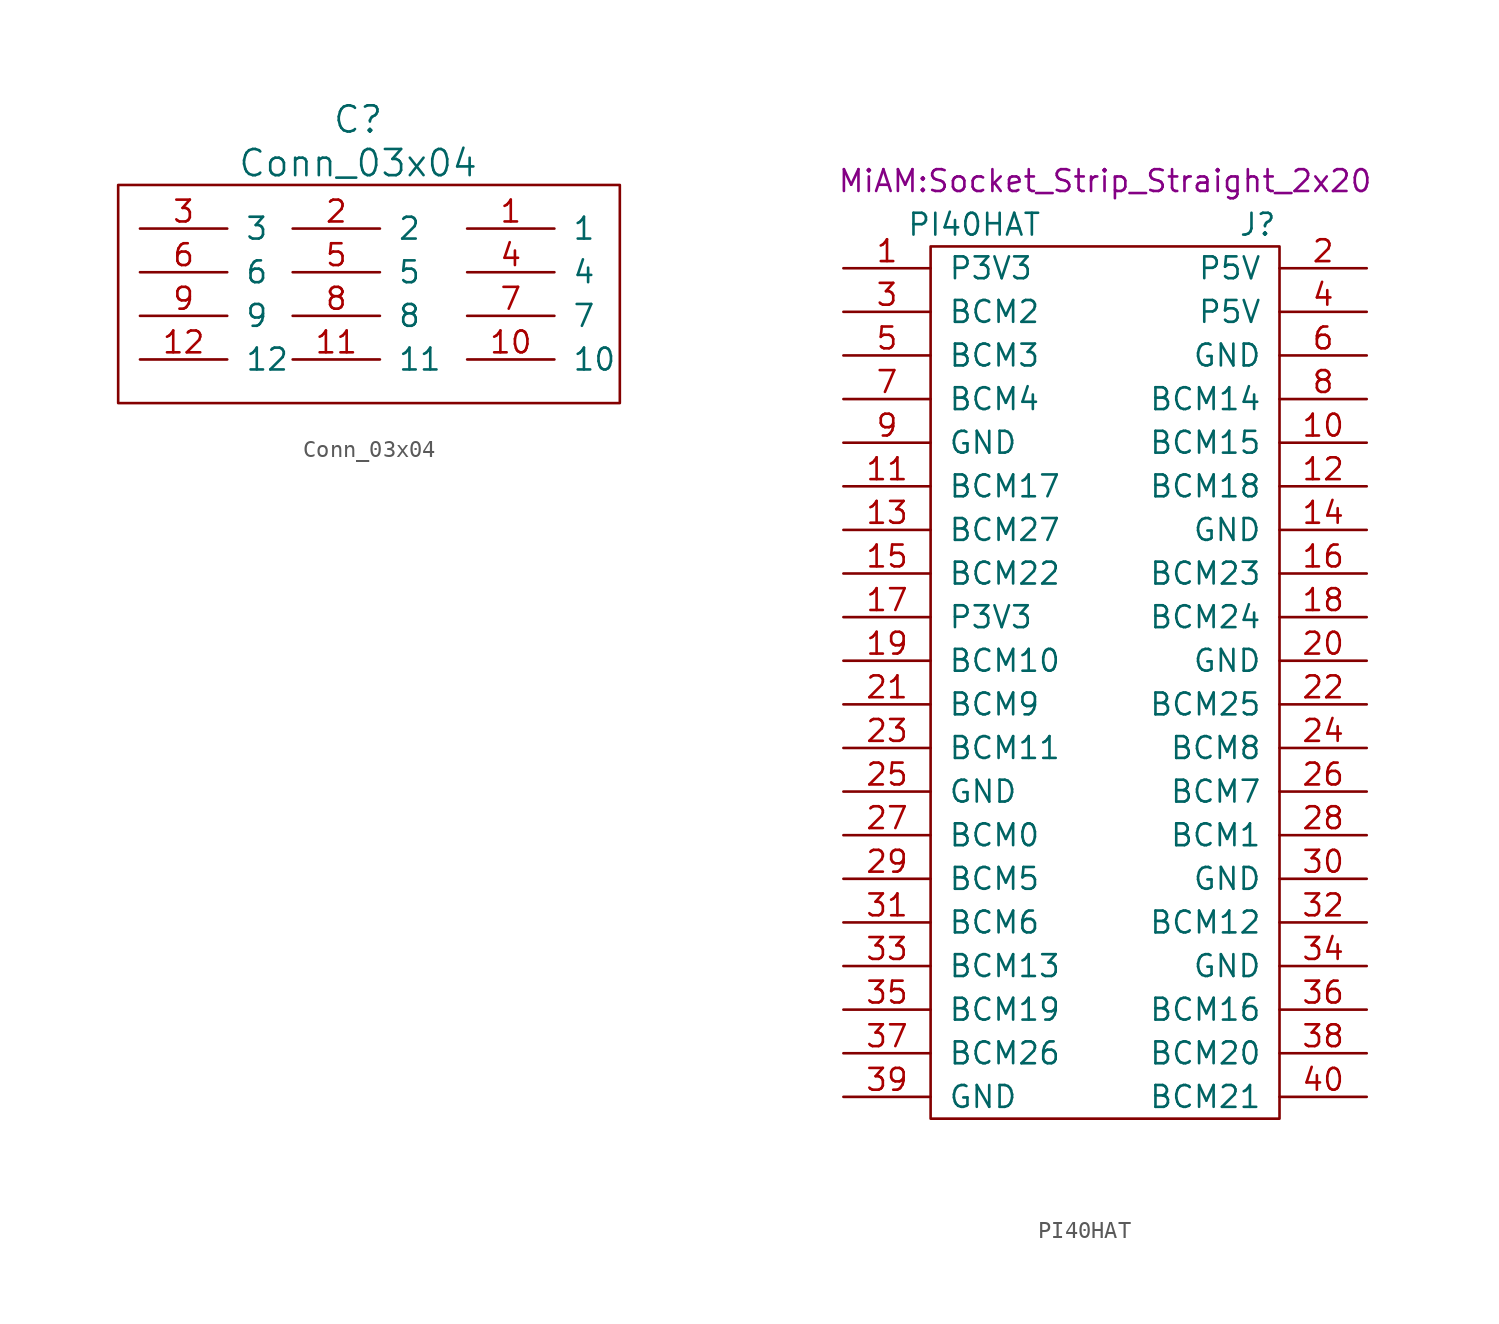
<source format=kicad_sym>
(kicad_symbol_lib
  (version 20211014)
  (generator kicad_symbol_editor)
  (symbol "Conn_03x04"
    (pin_names
      (offset 1.016))
    (property "Reference" "C"
      (at 0 2.54 0)
      (effects (font (size 1.524 1.524))))
    (property "Value" "Conn_03x04"
      (at 0 0 0)
      (effects (font (size 1.524 1.524))))
    (symbol "Conn_03x04_0_1"
      (rectangle (start -13.97 -1.27) (end 15.24 -13.97) (stroke (width 0) (type default) (color 0 0 0 0)) (fill (type none))))
    (symbol "Conn_03x04_1_1"
      (pin input line (at 6.35 -3.81 0) (length 5.08) (name "1" (effects (font (size 1.27 1.27)))) (number "1" (effects (font (size 1.27 1.27)))))
      (pin input line (at 6.35 -11.43 0) (length 5.08) (name "10" (effects (font (size 1.27 1.27)))) (number "10" (effects (font (size 1.27 1.27)))))
      (pin input line (at -3.81 -11.43 0) (length 5.08) (name "11" (effects (font (size 1.27 1.27)))) (number "11" (effects (font (size 1.27 1.27)))))
      (pin input line (at -12.7 -11.43 0) (length 5.08) (name "12" (effects (font (size 1.27 1.27)))) (number "12" (effects (font (size 1.27 1.27)))))
      (pin input line (at -3.81 -3.81 0) (length 5.08) (name "2" (effects (font (size 1.27 1.27)))) (number "2" (effects (font (size 1.27 1.27)))))
      (pin input line (at -12.7 -3.81 0) (length 5.08) (name "3" (effects (font (size 1.27 1.27)))) (number "3" (effects (font (size 1.27 1.27)))))
      (pin input line (at 6.35 -6.35 0) (length 5.08) (name "4" (effects (font (size 1.27 1.27)))) (number "4" (effects (font (size 1.27 1.27)))))
      (pin input line (at -3.81 -6.35 0) (length 5.08) (name "5" (effects (font (size 1.27 1.27)))) (number "5" (effects (font (size 1.27 1.27)))))
      (pin input line (at -12.7 -6.35 0) (length 5.08) (name "6" (effects (font (size 1.27 1.27)))) (number "6" (effects (font (size 1.27 1.27)))))
      (pin input line (at 6.35 -8.89 0) (length 5.08) (name "7" (effects (font (size 1.27 1.27)))) (number "7" (effects (font (size 1.27 1.27)))))
      (pin input line (at -3.81 -8.89 0) (length 5.08) (name "8" (effects (font (size 1.27 1.27)))) (number "8" (effects (font (size 1.27 1.27)))))
      (pin input line (at -12.7 -8.89 0) (length 5.08) (name "9" (effects (font (size 1.27 1.27)))) (number "9" (effects (font (size 1.27 1.27)))))))
  (symbol "PI40HAT"
    (pin_names
      (offset 1.016))
    (property "Reference" "J"
      (at 8.89 2.54 0)
      (effects (font (size 1.27 1.27))))
    (property "Value" "PI40HAT"
      (at -7.62 2.54 0)
      (effects (font (size 1.27 1.27))))
    (property "Footprint" "MiAM:Socket_Strip_Straight_2x20"
      (at 0 5.08 0)
      (effects (font (size 1.27 1.27))))
    (property "Datasheet" ""
      (at -17.78 0 0)
      (effects (font (size 1.27 1.27))))
    (symbol "PI40HAT_0_1"
      (rectangle (start -10.16 1.27) (end 10.16 -49.53) (stroke (width 0) (type default) (color 0 0 0 0)) (fill (type none))))
    (symbol "PI40HAT_1_1"
      (pin passive line (at -15.24 0 0) (length 5.08) (name "P3V3" (effects (font (size 1.27 1.27)))) (number "1" (effects (font (size 1.27 1.27)))))
      (pin passive line (at 15.24 -10.16 180) (length 5.08) (name "BCM15" (effects (font (size 1.27 1.27)))) (number "10" (effects (font (size 1.27 1.27)))))
      (pin passive line (at -15.24 -12.7 0) (length 5.08) (name "BCM17" (effects (font (size 1.27 1.27)))) (number "11" (effects (font (size 1.27 1.27)))))
      (pin passive line (at 15.24 -12.7 180) (length 5.08) (name "BCM18" (effects (font (size 1.27 1.27)))) (number "12" (effects (font (size 1.27 1.27)))))
      (pin passive line (at -15.24 -15.24 0) (length 5.08) (name "BCM27" (effects (font (size 1.27 1.27)))) (number "13" (effects (font (size 1.27 1.27)))))
      (pin passive line (at 15.24 -15.24 180) (length 5.08) (name "GND" (effects (font (size 1.27 1.27)))) (number "14" (effects (font (size 1.27 1.27)))))
      (pin passive line (at -15.24 -17.78 0) (length 5.08) (name "BCM22" (effects (font (size 1.27 1.27)))) (number "15" (effects (font (size 1.27 1.27)))))
      (pin passive line (at 15.24 -17.78 180) (length 5.08) (name "BCM23" (effects (font (size 1.27 1.27)))) (number "16" (effects (font (size 1.27 1.27)))))
      (pin passive line (at -15.24 -20.32 0) (length 5.08) (name "P3V3" (effects (font (size 1.27 1.27)))) (number "17" (effects (font (size 1.27 1.27)))))
      (pin passive line (at 15.24 -20.32 180) (length 5.08) (name "BCM24" (effects (font (size 1.27 1.27)))) (number "18" (effects (font (size 1.27 1.27)))))
      (pin passive line (at -15.24 -22.86 0) (length 5.08) (name "BCM10" (effects (font (size 1.27 1.27)))) (number "19" (effects (font (size 1.27 1.27)))))
      (pin passive line (at 15.24 0 180) (length 5.08) (name "P5V" (effects (font (size 1.27 1.27)))) (number "2" (effects (font (size 1.27 1.27)))))
      (pin passive line (at 15.24 -22.86 180) (length 5.08) (name "GND" (effects (font (size 1.27 1.27)))) (number "20" (effects (font (size 1.27 1.27)))))
      (pin passive line (at -15.24 -25.4 0) (length 5.08) (name "BCM9" (effects (font (size 1.27 1.27)))) (number "21" (effects (font (size 1.27 1.27)))))
      (pin passive line (at 15.24 -25.4 180) (length 5.08) (name "BCM25" (effects (font (size 1.27 1.27)))) (number "22" (effects (font (size 1.27 1.27)))))
      (pin passive line (at -15.24 -27.94 0) (length 5.08) (name "BCM11" (effects (font (size 1.27 1.27)))) (number "23" (effects (font (size 1.27 1.27)))))
      (pin passive line (at 15.24 -27.94 180) (length 5.08) (name "BCM8" (effects (font (size 1.27 1.27)))) (number "24" (effects (font (size 1.27 1.27)))))
      (pin passive line (at -15.24 -30.48 0) (length 5.08) (name "GND" (effects (font (size 1.27 1.27)))) (number "25" (effects (font (size 1.27 1.27)))))
      (pin passive line (at 15.24 -30.48 180) (length 5.08) (name "BCM7" (effects (font (size 1.27 1.27)))) (number "26" (effects (font (size 1.27 1.27)))))
      (pin passive line (at -15.24 -33.02 0) (length 5.08) (name "BCM0" (effects (font (size 1.27 1.27)))) (number "27" (effects (font (size 1.27 1.27)))))
      (pin passive line (at 15.24 -33.02 180) (length 5.08) (name "BCM1" (effects (font (size 1.27 1.27)))) (number "28" (effects (font (size 1.27 1.27)))))
      (pin passive line (at -15.24 -35.56 0) (length 5.08) (name "BCM5" (effects (font (size 1.27 1.27)))) (number "29" (effects (font (size 1.27 1.27)))))
      (pin passive line (at -15.24 -2.54 0) (length 5.08) (name "BCM2" (effects (font (size 1.27 1.27)))) (number "3" (effects (font (size 1.27 1.27)))))
      (pin passive line (at 15.24 -35.56 180) (length 5.08) (name "GND" (effects (font (size 1.27 1.27)))) (number "30" (effects (font (size 1.27 1.27)))))
      (pin passive line (at -15.24 -38.1 0) (length 5.08) (name "BCM6" (effects (font (size 1.27 1.27)))) (number "31" (effects (font (size 1.27 1.27)))))
      (pin passive line (at 15.24 -38.1 180) (length 5.08) (name "BCM12" (effects (font (size 1.27 1.27)))) (number "32" (effects (font (size 1.27 1.27)))))
      (pin passive line (at -15.24 -40.64 0) (length 5.08) (name "BCM13" (effects (font (size 1.27 1.27)))) (number "33" (effects (font (size 1.27 1.27)))))
      (pin passive line (at 15.24 -40.64 180) (length 5.08) (name "GND" (effects (font (size 1.27 1.27)))) (number "34" (effects (font (size 1.27 1.27)))))
      (pin passive line (at -15.24 -43.18 0) (length 5.08) (name "BCM19" (effects (font (size 1.27 1.27)))) (number "35" (effects (font (size 1.27 1.27)))))
      (pin passive line (at 15.24 -43.18 180) (length 5.08) (name "BCM16" (effects (font (size 1.27 1.27)))) (number "36" (effects (font (size 1.27 1.27)))))
      (pin passive line (at -15.24 -45.72 0) (length 5.08) (name "BCM26" (effects (font (size 1.27 1.27)))) (number "37" (effects (font (size 1.27 1.27)))))
      (pin passive line (at 15.24 -45.72 180) (length 5.08) (name "BCM20" (effects (font (size 1.27 1.27)))) (number "38" (effects (font (size 1.27 1.27)))))
      (pin passive line (at -15.24 -48.26 0) (length 5.08) (name "GND" (effects (font (size 1.27 1.27)))) (number "39" (effects (font (size 1.27 1.27)))))
      (pin passive line (at 15.24 -2.54 180) (length 5.08) (name "P5V" (effects (font (size 1.27 1.27)))) (number "4" (effects (font (size 1.27 1.27)))))
      (pin passive line (at 15.24 -48.26 180) (length 5.08) (name "BCM21" (effects (font (size 1.27 1.27)))) (number "40" (effects (font (size 1.27 1.27)))))
      (pin passive line (at -15.24 -5.08 0) (length 5.08) (name "BCM3" (effects (font (size 1.27 1.27)))) (number "5" (effects (font (size 1.27 1.27)))))
      (pin passive line (at 15.24 -5.08 180) (length 5.08) (name "GND" (effects (font (size 1.27 1.27)))) (number "6" (effects (font (size 1.27 1.27)))))
      (pin passive line (at -15.24 -7.62 0) (length 5.08) (name "BCM4" (effects (font (size 1.27 1.27)))) (number "7" (effects (font (size 1.27 1.27)))))
      (pin passive line (at 15.24 -7.62 180) (length 5.08) (name "BCM14" (effects (font (size 1.27 1.27)))) (number "8" (effects (font (size 1.27 1.27)))))
      (pin passive line (at -15.24 -10.16 0) (length 5.08) (name "GND" (effects (font (size 1.27 1.27)))) (number "9" (effects (font (size 1.27 1.27))))))))
</source>
